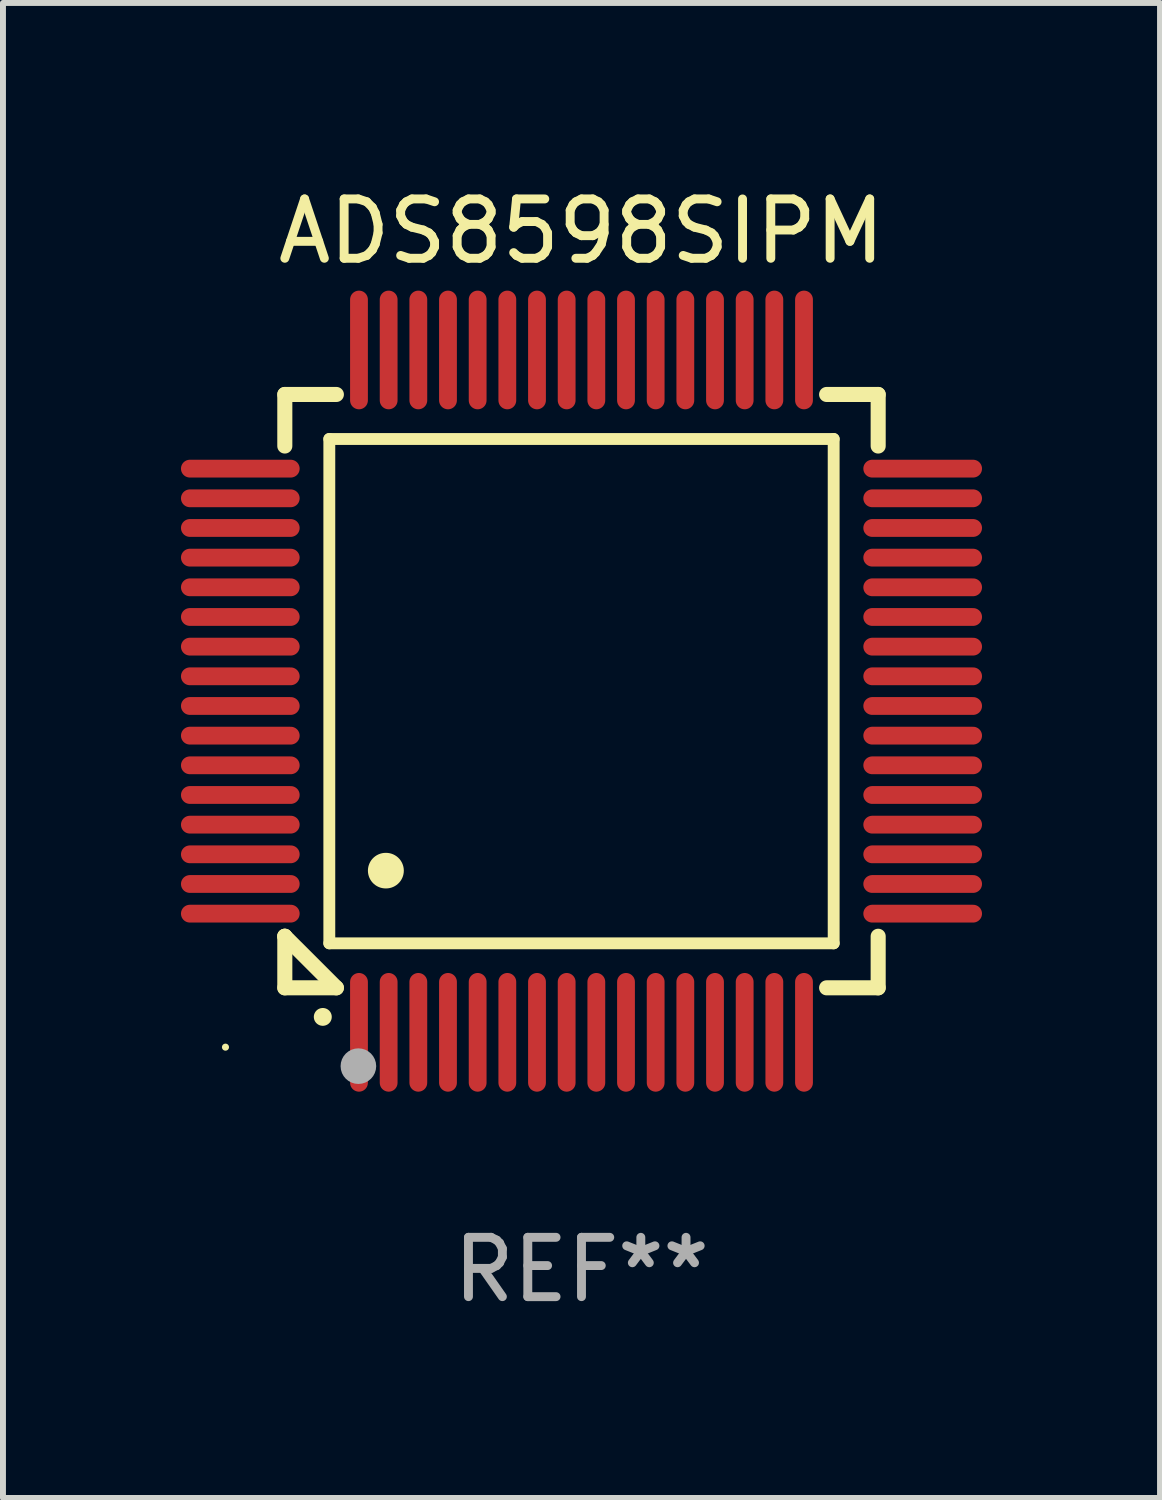
<source format=kicad_pcb>
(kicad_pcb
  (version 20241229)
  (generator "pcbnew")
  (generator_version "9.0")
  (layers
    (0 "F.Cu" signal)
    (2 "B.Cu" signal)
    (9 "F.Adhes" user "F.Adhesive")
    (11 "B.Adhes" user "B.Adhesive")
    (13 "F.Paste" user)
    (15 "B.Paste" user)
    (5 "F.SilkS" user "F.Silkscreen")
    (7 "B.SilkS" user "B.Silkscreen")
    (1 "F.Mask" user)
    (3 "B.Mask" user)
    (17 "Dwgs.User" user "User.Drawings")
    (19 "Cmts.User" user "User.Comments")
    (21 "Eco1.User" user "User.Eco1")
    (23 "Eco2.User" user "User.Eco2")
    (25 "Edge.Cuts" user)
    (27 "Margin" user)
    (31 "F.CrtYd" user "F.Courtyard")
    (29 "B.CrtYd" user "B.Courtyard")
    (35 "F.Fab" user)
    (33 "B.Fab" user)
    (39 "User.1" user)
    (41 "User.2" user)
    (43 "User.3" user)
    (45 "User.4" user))
  (footprint "ADS8598SIPM"
    (layer "F.Cu")
    (at 6.75 8.598)
    (property "Reference" "ADS8598SIPM" (at 0 -7.75 0) (layer "F.SilkS") (effects (font (size 1 1) (thickness 0.15))))
    (attr through_hole)
    (fp_line (start -5 -5) (end -4.131 -5) (stroke (width 0.254) (type solid)) (layer "F.SilkS"))
    (fp_line (start -5 -4.131) (end -5 -5) (stroke (width 0.254) (type solid)) (layer "F.SilkS"))
    (fp_line (start -5 4.131) (end -5 4.131) (stroke (width 0.254) (type solid)) (layer "F.SilkS"))
    (fp_line (start -5 5) (end -5 4.131) (stroke (width 0.254) (type solid)) (layer "F.SilkS"))
    (fp_line (start -5 4.131) (end -4.131 5) (stroke (width 0.254) (type solid)) (layer "F.SilkS"))
    (fp_line (start -4.25 -4.25) (end -4.25 4.25) (stroke (width 0.2) (type solid)) (layer "F.SilkS"))
    (fp_line (start -4.25 4.25) (end 4.25 4.25) (stroke (width 0.2) (type solid)) (layer "F.SilkS"))
    (fp_line (start -4.131 5) (end -5 5) (stroke (width 0.254) (type solid)) (layer "F.SilkS"))
    (fp_line (start 4.25 -4.25) (end -4.25 -4.25) (stroke (width 0.2) (type solid)) (layer "F.SilkS"))
    (fp_line (start 4.25 4.25) (end 4.25 -4.25) (stroke (width 0.2) (type solid)) (layer "F.SilkS"))
    (fp_line (start 5 -5) (end 4.131 -5) (stroke (width 0.254) (type solid)) (layer "F.SilkS"))
    (fp_line (start 5 -5) (end 5 -4.131) (stroke (width 0.254) (type solid)) (layer "F.SilkS"))
    (fp_line (start 5 4.131) (end 5 5) (stroke (width 0.254) (type solid)) (layer "F.SilkS"))
    (fp_line (start 5 5) (end 4.131 5) (stroke (width 0.254) (type solid)) (layer "F.SilkS"))
    (fp_arc (start -4.361265 5.489992) (mid -4.359995 5.489987) (end -4.358725 5.489992) (stroke (width 0.3) (type solid)) (layer "F.SilkS"))
    (fp_arc (start -3.299467 3.025146) (mid -3.296927 3.025135) (end -3.294387 3.025146) (stroke (width 0.6) (type solid)) (layer "F.SilkS"))
    (fp_circle (center -6 6) (end -5.97 6) (stroke (width 0.06) (type solid)) (fill no) (layer "F.SilkS"))
    (fp_circle (center -3.76 6.32) (end -3.61 6.32) (stroke (width 0.3) (type solid)) (fill no) (layer "F.Fab"))
    (fp_text user "REF**" (at 0 9.75 0) (layer "F.Fab") (effects (font (size 1 1) (thickness 0.15))))
    (pad "1" smd oval (at -3.75 5.75) (size 0.3 2) (layers "F.Cu" "F.Mask" "F.Paste"))
    (pad "2" smd oval (at -3.25 5.75) (size 0.3 2) (layers "F.Cu" "F.Mask" "F.Paste"))
    (pad "3" smd oval (at -2.75 5.75) (size 0.3 2) (layers "F.Cu" "F.Mask" "F.Paste"))
    (pad "4" smd oval (at -2.25 5.75) (size 0.3 2) (layers "F.Cu" "F.Mask" "F.Paste"))
    (pad "5" smd oval (at -1.75 5.75) (size 0.3 2) (layers "F.Cu" "F.Mask" "F.Paste"))
    (pad "6" smd oval (at -1.25 5.75) (size 0.3 2) (layers "F.Cu" "F.Mask" "F.Paste"))
    (pad "7" smd oval (at -0.75 5.75) (size 0.3 2) (layers "F.Cu" "F.Mask" "F.Paste"))
    (pad "8" smd oval (at -0.25 5.75) (size 0.3 2) (layers "F.Cu" "F.Mask" "F.Paste"))
    (pad "9" smd oval (at 0.25 5.75) (size 0.3 2) (layers "F.Cu" "F.Mask" "F.Paste"))
    (pad "10" smd oval (at 0.75 5.75) (size 0.3 2) (layers "F.Cu" "F.Mask" "F.Paste"))
    (pad "11" smd oval (at 1.25 5.75) (size 0.3 2) (layers "F.Cu" "F.Mask" "F.Paste"))
    (pad "12" smd oval (at 1.75 5.75) (size 0.3 2) (layers "F.Cu" "F.Mask" "F.Paste"))
    (pad "13" smd oval (at 2.25 5.75) (size 0.3 2) (layers "F.Cu" "F.Mask" "F.Paste"))
    (pad "14" smd oval (at 2.75 5.75) (size 0.3 2) (layers "F.Cu" "F.Mask" "F.Paste"))
    (pad "15" smd oval (at 3.25 5.75) (size 0.3 2) (layers "F.Cu" "F.Mask" "F.Paste"))
    (pad "16" smd oval (at 3.75 5.75) (size 0.3 2) (layers "F.Cu" "F.Mask" "F.Paste"))
    (pad "17" smd oval (at 5.75 3.75) (size 2 0.3) (layers "F.Cu" "F.Mask" "F.Paste"))
    (pad "18" smd oval (at 5.75 3.25) (size 2 0.3) (layers "F.Cu" "F.Mask" "F.Paste"))
    (pad "19" smd oval (at 5.75 2.75) (size 2 0.3) (layers "F.Cu" "F.Mask" "F.Paste"))
    (pad "20" smd oval (at 5.75 2.25) (size 2 0.3) (layers "F.Cu" "F.Mask" "F.Paste"))
    (pad "21" smd oval (at 5.75 1.75) (size 2 0.3) (layers "F.Cu" "F.Mask" "F.Paste"))
    (pad "22" smd oval (at 5.75 1.25) (size 2 0.3) (layers "F.Cu" "F.Mask" "F.Paste"))
    (pad "23" smd oval (at 5.75 0.75) (size 2 0.3) (layers "F.Cu" "F.Mask" "F.Paste"))
    (pad "24" smd oval (at 5.75 0.25) (size 2 0.3) (layers "F.Cu" "F.Mask" "F.Paste"))
    (pad "25" smd oval (at 5.75 -0.25) (size 2 0.3) (layers "F.Cu" "F.Mask" "F.Paste"))
    (pad "26" smd oval (at 5.75 -0.75) (size 2 0.3) (layers "F.Cu" "F.Mask" "F.Paste"))
    (pad "27" smd oval (at 5.75 -1.25) (size 2 0.3) (layers "F.Cu" "F.Mask" "F.Paste"))
    (pad "28" smd oval (at 5.75 -1.75) (size 2 0.3) (layers "F.Cu" "F.Mask" "F.Paste"))
    (pad "29" smd oval (at 5.75 -2.25) (size 2 0.3) (layers "F.Cu" "F.Mask" "F.Paste"))
    (pad "30" smd oval (at 5.75 -2.75) (size 2 0.3) (layers "F.Cu" "F.Mask" "F.Paste"))
    (pad "31" smd oval (at 5.75 -3.25) (size 2 0.3) (layers "F.Cu" "F.Mask" "F.Paste"))
    (pad "32" smd oval (at 5.75 -3.75) (size 2 0.3) (layers "F.Cu" "F.Mask" "F.Paste"))
    (pad "33" smd oval (at 3.75 -5.75) (size 0.3 2) (layers "F.Cu" "F.Mask" "F.Paste"))
    (pad "34" smd oval (at 3.25 -5.75) (size 0.3 2) (layers "F.Cu" "F.Mask" "F.Paste"))
    (pad "35" smd oval (at 2.75 -5.75) (size 0.3 2) (layers "F.Cu" "F.Mask" "F.Paste"))
    (pad "36" smd oval (at 2.25 -5.75) (size 0.3 2) (layers "F.Cu" "F.Mask" "F.Paste"))
    (pad "37" smd oval (at 1.75 -5.75) (size 0.3 2) (layers "F.Cu" "F.Mask" "F.Paste"))
    (pad "38" smd oval (at 1.25 -5.75) (size 0.3 2) (layers "F.Cu" "F.Mask" "F.Paste"))
    (pad "39" smd oval (at 0.75 -5.75) (size 0.3 2) (layers "F.Cu" "F.Mask" "F.Paste"))
    (pad "40" smd oval (at 0.25 -5.75) (size 0.3 2) (layers "F.Cu" "F.Mask" "F.Paste"))
    (pad "41" smd oval (at -0.25 -5.75) (size 0.3 2) (layers "F.Cu" "F.Mask" "F.Paste"))
    (pad "42" smd oval (at -0.75 -5.75) (size 0.3 2) (layers "F.Cu" "F.Mask" "F.Paste"))
    (pad "43" smd oval (at -1.25 -5.75) (size 0.3 2) (layers "F.Cu" "F.Mask" "F.Paste"))
    (pad "44" smd oval (at -1.75 -5.75) (size 0.3 2) (layers "F.Cu" "F.Mask" "F.Paste"))
    (pad "45" smd oval (at -2.25 -5.75) (size 0.3 2) (layers "F.Cu" "F.Mask" "F.Paste"))
    (pad "46" smd oval (at -2.75 -5.75) (size 0.3 2) (layers "F.Cu" "F.Mask" "F.Paste"))
    (pad "47" smd oval (at -3.25 -5.75) (size 0.3 2) (layers "F.Cu" "F.Mask" "F.Paste"))
    (pad "48" smd oval (at -3.75 -5.75) (size 0.3 2) (layers "F.Cu" "F.Mask" "F.Paste"))
    (pad "49" smd oval (at -5.75 -3.75) (size 2 0.3) (layers "F.Cu" "F.Mask" "F.Paste"))
    (pad "50" smd oval (at -5.75 -3.25) (size 2 0.3) (layers "F.Cu" "F.Mask" "F.Paste"))
    (pad "51" smd oval (at -5.75 -2.75) (size 2 0.3) (layers "F.Cu" "F.Mask" "F.Paste"))
    (pad "52" smd oval (at -5.75 -2.25) (size 2 0.3) (layers "F.Cu" "F.Mask" "F.Paste"))
    (pad "53" smd oval (at -5.75 -1.75) (size 2 0.3) (layers "F.Cu" "F.Mask" "F.Paste"))
    (pad "54" smd oval (at -5.75 -1.25) (size 2 0.3) (layers "F.Cu" "F.Mask" "F.Paste"))
    (pad "55" smd oval (at -5.75 -0.75) (size 2 0.3) (layers "F.Cu" "F.Mask" "F.Paste"))
    (pad "56" smd oval (at -5.75 -0.25) (size 2 0.3) (layers "F.Cu" "F.Mask" "F.Paste"))
    (pad "57" smd oval (at -5.75 0.25) (size 2 0.3) (layers "F.Cu" "F.Mask" "F.Paste"))
    (pad "58" smd oval (at -5.75 0.75) (size 2 0.3) (layers "F.Cu" "F.Mask" "F.Paste"))
    (pad "59" smd oval (at -5.75 1.25) (size 2 0.3) (layers "F.Cu" "F.Mask" "F.Paste"))
    (pad "60" smd oval (at -5.75 1.75) (size 2 0.3) (layers "F.Cu" "F.Mask" "F.Paste"))
    (pad "61" smd oval (at -5.75 2.25) (size 2 0.3) (layers "F.Cu" "F.Mask" "F.Paste"))
    (pad "62" smd oval (at -5.75 2.75) (size 2 0.3) (layers "F.Cu" "F.Mask" "F.Paste"))
    (pad "63" smd oval (at -5.75 3.25) (size 2 0.3) (layers "F.Cu" "F.Mask" "F.Paste"))
    (pad "64" smd oval (at -5.75 3.75) (size 2 0.3) (layers "F.Cu" "F.Mask" "F.Paste")))
  (gr_rect
    (start -3 -3)
    (end 16.5 22.196)
    (stroke (width 0.1) (type default))
    (fill no)
    (layer "Edge.Cuts")))
</source>
